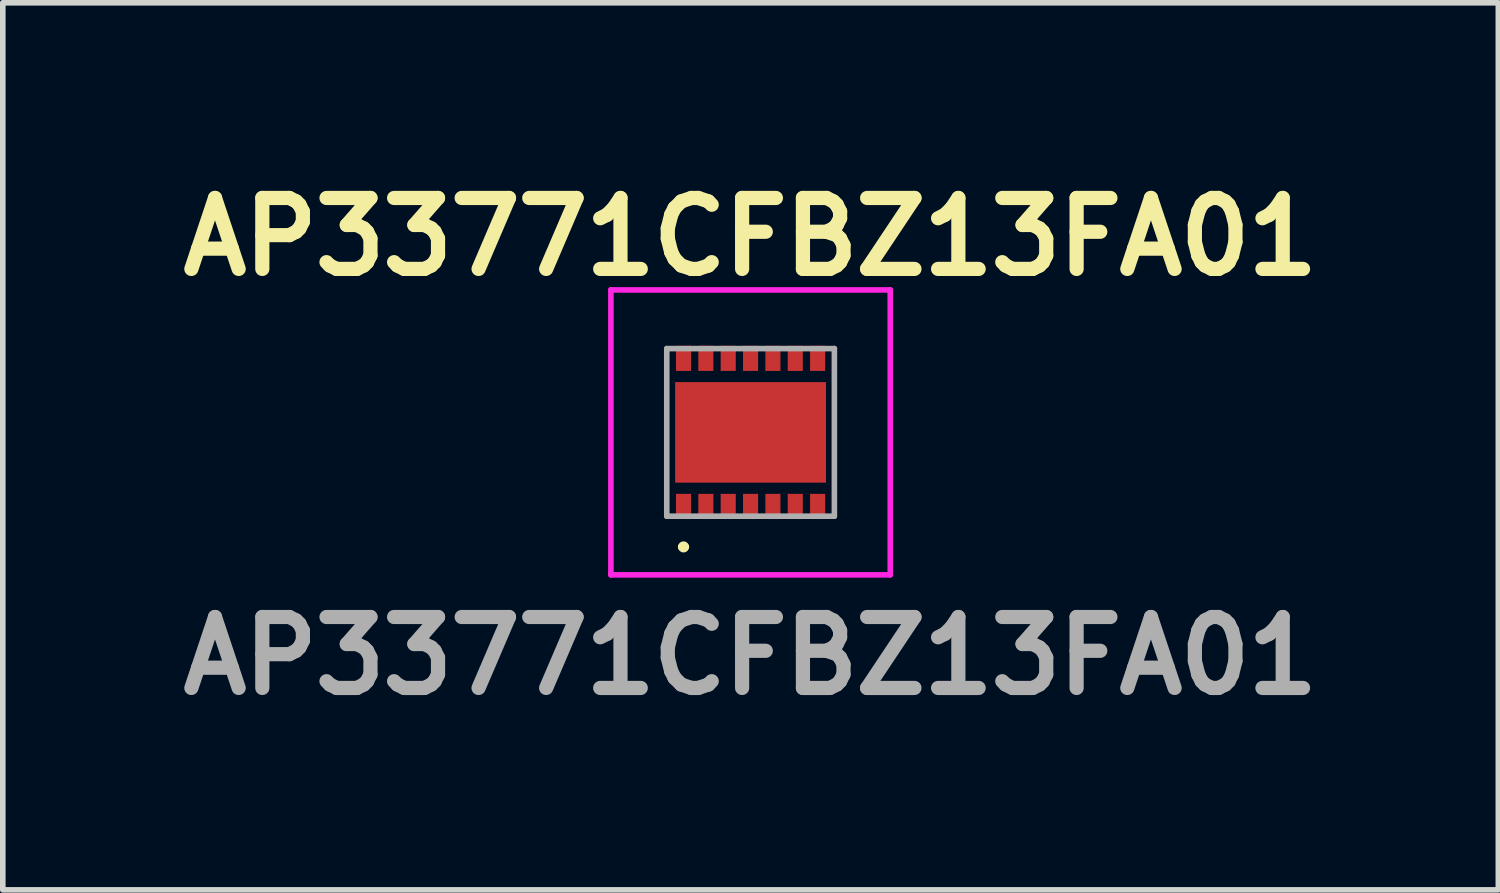
<source format=kicad_pcb>
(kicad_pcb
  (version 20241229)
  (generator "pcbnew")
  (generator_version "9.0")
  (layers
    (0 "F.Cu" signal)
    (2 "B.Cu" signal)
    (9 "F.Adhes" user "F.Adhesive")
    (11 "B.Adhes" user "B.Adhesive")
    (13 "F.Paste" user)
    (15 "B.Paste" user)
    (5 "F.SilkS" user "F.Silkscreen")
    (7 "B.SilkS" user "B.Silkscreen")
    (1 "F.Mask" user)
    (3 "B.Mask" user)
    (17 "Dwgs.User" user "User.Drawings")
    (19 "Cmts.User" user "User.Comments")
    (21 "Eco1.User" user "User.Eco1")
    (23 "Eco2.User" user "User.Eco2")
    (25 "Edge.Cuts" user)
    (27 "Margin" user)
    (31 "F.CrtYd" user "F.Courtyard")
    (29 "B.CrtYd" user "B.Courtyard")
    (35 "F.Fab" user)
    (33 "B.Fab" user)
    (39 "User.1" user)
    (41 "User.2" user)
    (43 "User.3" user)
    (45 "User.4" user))
  (footprint "AP33771CFBZ13FA01"
    (layer "F.Cu")
    (at 10.384 4.689)
    (property "Reference" "AP33771CFBZ13FA01" (at 0 -3.5 0) (layer "F.SilkS") (effects (font (size 1.27 1.27) (thickness 0.254))))
    (attr smd)
    (fp_line (start -1.25 2.05) (end -1.25 2.05) (stroke (width 0.1) (type solid)) (layer "F.SilkS"))
    (fp_line (start -1.15 2.05) (end -1.15 2.05) (stroke (width 0.1) (type solid)) (layer "F.SilkS"))
    (fp_arc (start -1.25 2.05) (mid -1.2 2) (end -1.15 2.05) (stroke (width 0.1) (type solid)) (layer "F.SilkS"))
    (fp_arc (start -1.15 2.05) (mid -1.2 2.1) (end -1.25 2.05) (stroke (width 0.1) (type solid)) (layer "F.SilkS"))
    (fp_line (start -2.5 -2.55) (end 2.5 -2.55) (stroke (width 0.1) (type solid)) (layer "F.CrtYd"))
    (fp_line (start -2.5 2.55) (end -2.5 -2.55) (stroke (width 0.1) (type solid)) (layer "F.CrtYd"))
    (fp_line (start 2.5 -2.55) (end 2.5 2.55) (stroke (width 0.1) (type solid)) (layer "F.CrtYd"))
    (fp_line (start 2.5 2.55) (end -2.5 2.55) (stroke (width 0.1) (type solid)) (layer "F.CrtYd"))
    (fp_line (start -1.5 -1.5) (end 1.5 -1.5) (stroke (width 0.1) (type solid)) (layer "F.Fab"))
    (fp_line (start -1.5 1.5) (end -1.5 -1.5) (stroke (width 0.1) (type solid)) (layer "F.Fab"))
    (fp_line (start 1.5 -1.5) (end 1.5 1.5) (stroke (width 0.1) (type solid)) (layer "F.Fab"))
    (fp_line (start 1.5 1.5) (end -1.5 1.5) (stroke (width 0.1) (type solid)) (layer "F.Fab"))
    (fp_text user "${REFERENCE}" (at 0 4 0) (layer "F.Fab") (effects (font (size 1.27 1.27) (thickness 0.254))))
    (pad "1" smd rect (at -1.2 1.325) (size 0.27 0.45) (layers "F.Cu" "F.Mask" "F.Paste"))
    (pad "2" smd rect (at -0.8 1.325) (size 0.27 0.45) (layers "F.Cu" "F.Mask" "F.Paste"))
    (pad "3" smd rect (at -0.4 1.325) (size 0.27 0.45) (layers "F.Cu" "F.Mask" "F.Paste"))
    (pad "4" smd rect (at 0 1.325) (size 0.27 0.45) (layers "F.Cu" "F.Mask" "F.Paste"))
    (pad "5" smd rect (at 0.4 1.325) (size 0.27 0.45) (layers "F.Cu" "F.Mask" "F.Paste"))
    (pad "6" smd rect (at 0.8 1.325) (size 0.27 0.45) (layers "F.Cu" "F.Mask" "F.Paste"))
    (pad "7" smd rect (at 1.2 1.325) (size 0.27 0.45) (layers "F.Cu" "F.Mask" "F.Paste"))
    (pad "8" smd rect (at 1.2 -1.325) (size 0.27 0.45) (layers "F.Cu" "F.Mask" "F.Paste"))
    (pad "9" smd rect (at 0.8 -1.325) (size 0.27 0.45) (layers "F.Cu" "F.Mask" "F.Paste"))
    (pad "10" smd rect (at 0.4 -1.325) (size 0.27 0.45) (layers "F.Cu" "F.Mask" "F.Paste"))
    (pad "11" smd rect (at 0 -1.325) (size 0.27 0.45) (layers "F.Cu" "F.Mask" "F.Paste"))
    (pad "12" smd rect (at -0.4 -1.325) (size 0.27 0.45) (layers "F.Cu" "F.Mask" "F.Paste"))
    (pad "13" smd rect (at -0.8 -1.325) (size 0.27 0.45) (layers "F.Cu" "F.Mask" "F.Paste"))
    (pad "14" smd rect (at -1.2 -1.325) (size 0.27 0.45) (layers "F.Cu" "F.Mask" "F.Paste"))
    (pad "15" smd rect (at 0 0 90) (size 1.8 2.7) (layers "F.Cu" "F.Mask" "F.Paste")))
  (gr_rect
    (start -3 -3)
    (end 23.768 12.877)
    (stroke (width 0.1) (type default))
    (fill no)
    (layer "Edge.Cuts")))
</source>
